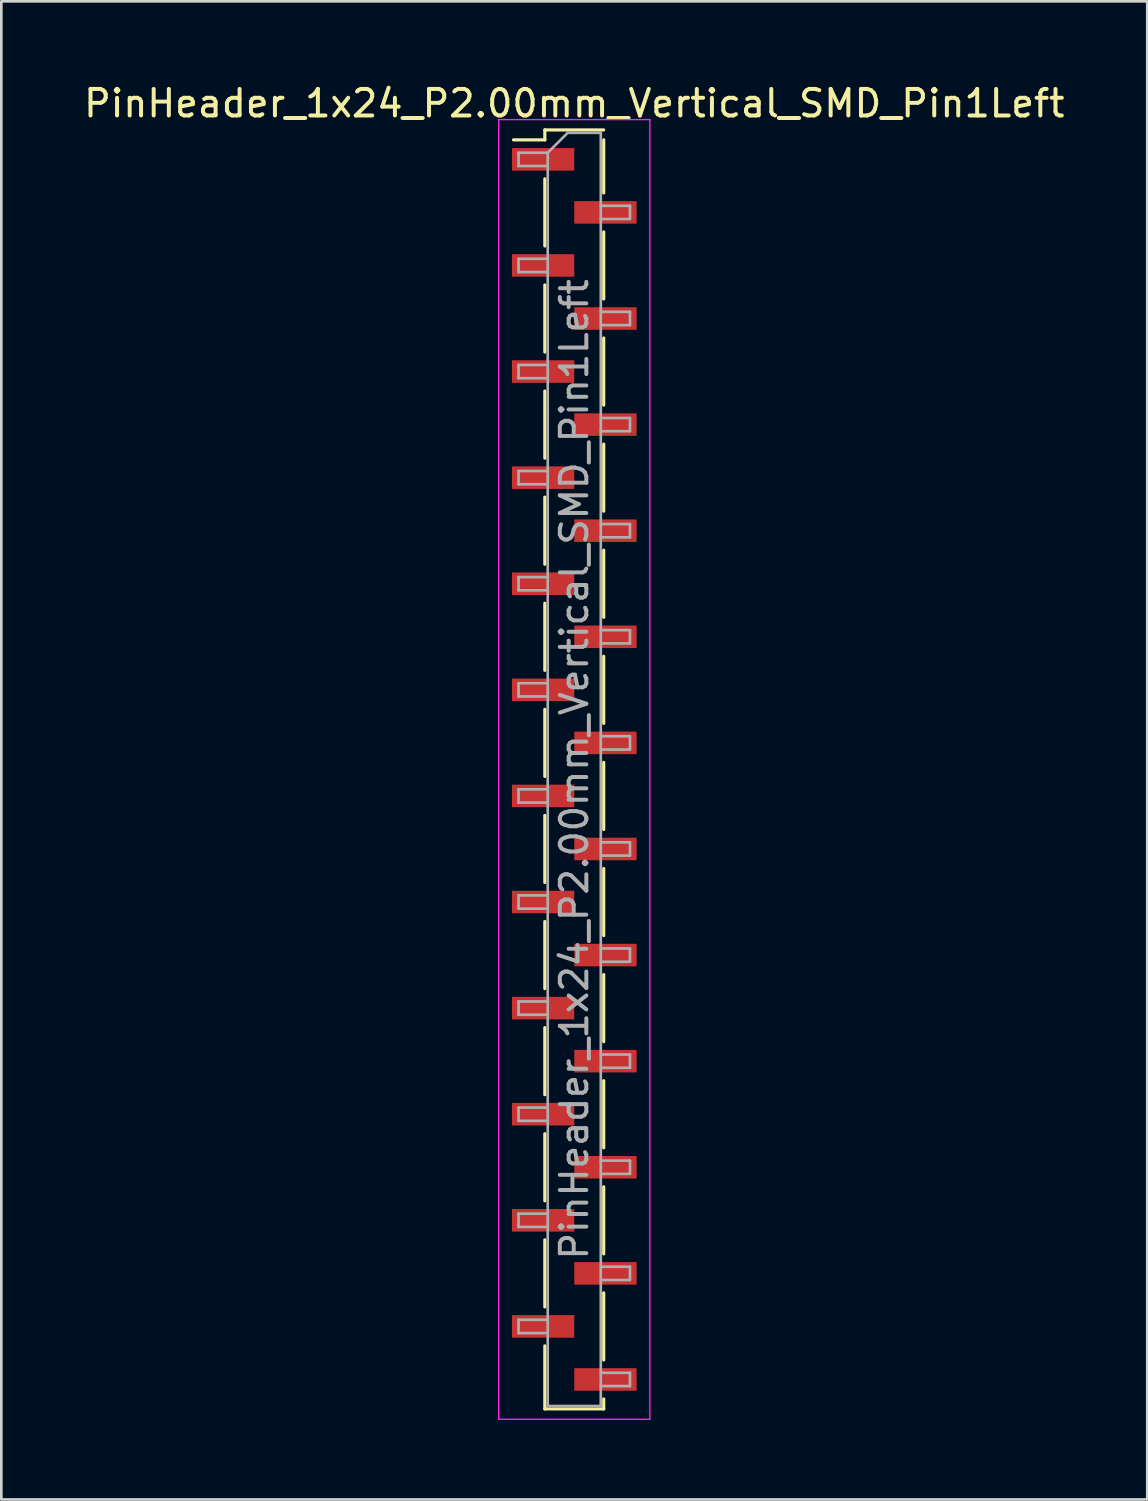
<source format=kicad_pcb>
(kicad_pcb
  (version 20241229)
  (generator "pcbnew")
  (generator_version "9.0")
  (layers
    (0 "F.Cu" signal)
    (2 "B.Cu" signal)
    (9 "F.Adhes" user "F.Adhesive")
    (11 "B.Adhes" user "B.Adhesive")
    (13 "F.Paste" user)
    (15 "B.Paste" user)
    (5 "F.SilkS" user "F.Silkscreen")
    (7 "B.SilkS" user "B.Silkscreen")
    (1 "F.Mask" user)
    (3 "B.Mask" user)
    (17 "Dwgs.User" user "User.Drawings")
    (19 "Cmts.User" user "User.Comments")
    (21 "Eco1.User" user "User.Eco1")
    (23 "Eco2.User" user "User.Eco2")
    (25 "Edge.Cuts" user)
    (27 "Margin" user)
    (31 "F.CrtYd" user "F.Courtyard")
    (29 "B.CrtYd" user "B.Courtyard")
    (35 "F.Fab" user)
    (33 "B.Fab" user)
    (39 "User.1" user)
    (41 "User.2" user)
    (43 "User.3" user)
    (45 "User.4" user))
  (footprint "PinHeader_1x24_P2.00mm_Vertical_SMD_Pin1Left"
    (layer "F.Cu")
    (at 18.601 25.958)
    (property "Reference" "PinHeader_1x24_P2.00mm_Vertical_SMD_Pin1Left" (at 0 -25.11 0) (layer "F.SilkS") (effects (font (size 1 1) (thickness 0.15))))
    (attr smd)
    (fp_line (start -1.11 -24.11) (end -1.11 -23.735) (stroke (width 0.12) (type solid)) (layer "F.SilkS"))
    (fp_line (start -1.11 -24.11) (end 1.11 -24.11) (stroke (width 0.12) (type solid)) (layer "F.SilkS"))
    (fp_line (start -1.11 -23.735) (end -2.29 -23.735) (stroke (width 0.12) (type solid)) (layer "F.SilkS"))
    (fp_line (start -1.11 -22.265) (end -1.11 -19.735) (stroke (width 0.12) (type solid)) (layer "F.SilkS"))
    (fp_line (start -1.11 -18.265) (end -1.11 -15.735) (stroke (width 0.12) (type solid)) (layer "F.SilkS"))
    (fp_line (start -1.11 -14.265) (end -1.11 -11.735) (stroke (width 0.12) (type solid)) (layer "F.SilkS"))
    (fp_line (start -1.11 -10.265) (end -1.11 -7.735) (stroke (width 0.12) (type solid)) (layer "F.SilkS"))
    (fp_line (start -1.11 -6.265) (end -1.11 -3.735) (stroke (width 0.12) (type solid)) (layer "F.SilkS"))
    (fp_line (start -1.11 -2.265) (end -1.11 0.265) (stroke (width 0.12) (type solid)) (layer "F.SilkS"))
    (fp_line (start -1.11 1.735) (end -1.11 4.265) (stroke (width 0.12) (type solid)) (layer "F.SilkS"))
    (fp_line (start -1.11 5.735) (end -1.11 8.265) (stroke (width 0.12) (type solid)) (layer "F.SilkS"))
    (fp_line (start -1.11 9.735) (end -1.11 12.265) (stroke (width 0.12) (type solid)) (layer "F.SilkS"))
    (fp_line (start -1.11 13.735) (end -1.11 16.265) (stroke (width 0.12) (type solid)) (layer "F.SilkS"))
    (fp_line (start -1.11 17.735) (end -1.11 20.265) (stroke (width 0.12) (type solid)) (layer "F.SilkS"))
    (fp_line (start -1.11 21.735) (end -1.11 24.11) (stroke (width 0.12) (type solid)) (layer "F.SilkS"))
    (fp_line (start -1.11 24.11) (end 1.11 24.11) (stroke (width 0.12) (type solid)) (layer "F.SilkS"))
    (fp_line (start 1.11 -23.735) (end 1.11 -21.735) (stroke (width 0.12) (type solid)) (layer "F.SilkS"))
    (fp_line (start 1.11 -20.265) (end 1.11 -17.735) (stroke (width 0.12) (type solid)) (layer "F.SilkS"))
    (fp_line (start 1.11 -16.265) (end 1.11 -13.735) (stroke (width 0.12) (type solid)) (layer "F.SilkS"))
    (fp_line (start 1.11 -12.265) (end 1.11 -9.735) (stroke (width 0.12) (type solid)) (layer "F.SilkS"))
    (fp_line (start 1.11 -8.265) (end 1.11 -5.735) (stroke (width 0.12) (type solid)) (layer "F.SilkS"))
    (fp_line (start 1.11 -4.265) (end 1.11 -1.735) (stroke (width 0.12) (type solid)) (layer "F.SilkS"))
    (fp_line (start 1.11 -0.265) (end 1.11 2.265) (stroke (width 0.12) (type solid)) (layer "F.SilkS"))
    (fp_line (start 1.11 3.735) (end 1.11 6.265) (stroke (width 0.12) (type solid)) (layer "F.SilkS"))
    (fp_line (start 1.11 7.735) (end 1.11 10.265) (stroke (width 0.12) (type solid)) (layer "F.SilkS"))
    (fp_line (start 1.11 11.735) (end 1.11 14.265) (stroke (width 0.12) (type solid)) (layer "F.SilkS"))
    (fp_line (start 1.11 15.735) (end 1.11 18.265) (stroke (width 0.12) (type solid)) (layer "F.SilkS"))
    (fp_line (start 1.11 19.735) (end 1.11 22.265) (stroke (width 0.12) (type solid)) (layer "F.SilkS"))
    (fp_line (start 1.11 23.735) (end 1.11 24.11) (stroke (width 0.12) (type solid)) (layer "F.SilkS"))
    (fp_line (start -2.85 -24.5) (end -2.85 24.5) (stroke (width 0.05) (type solid)) (layer "F.CrtYd"))
    (fp_line (start -2.85 24.5) (end 2.85 24.5) (stroke (width 0.05) (type solid)) (layer "F.CrtYd"))
    (fp_line (start 2.85 -24.5) (end -2.85 -24.5) (stroke (width 0.05) (type solid)) (layer "F.CrtYd"))
    (fp_line (start 2.85 24.5) (end 2.85 -24.5) (stroke (width 0.05) (type solid)) (layer "F.CrtYd"))
    (fp_line (start -2.1 -23.25) (end -2.1 -22.75) (stroke (width 0.1) (type solid)) (layer "F.Fab"))
    (fp_line (start -2.1 -22.75) (end -1 -22.75) (stroke (width 0.1) (type solid)) (layer "F.Fab"))
    (fp_line (start -2.1 -19.25) (end -2.1 -18.75) (stroke (width 0.1) (type solid)) (layer "F.Fab"))
    (fp_line (start -2.1 -18.75) (end -1 -18.75) (stroke (width 0.1) (type solid)) (layer "F.Fab"))
    (fp_line (start -2.1 -15.25) (end -2.1 -14.75) (stroke (width 0.1) (type solid)) (layer "F.Fab"))
    (fp_line (start -2.1 -14.75) (end -1 -14.75) (stroke (width 0.1) (type solid)) (layer "F.Fab"))
    (fp_line (start -2.1 -11.25) (end -2.1 -10.75) (stroke (width 0.1) (type solid)) (layer "F.Fab"))
    (fp_line (start -2.1 -10.75) (end -1 -10.75) (stroke (width 0.1) (type solid)) (layer "F.Fab"))
    (fp_line (start -2.1 -7.25) (end -2.1 -6.75) (stroke (width 0.1) (type solid)) (layer "F.Fab"))
    (fp_line (start -2.1 -6.75) (end -1 -6.75) (stroke (width 0.1) (type solid)) (layer "F.Fab"))
    (fp_line (start -2.1 -3.25) (end -2.1 -2.75) (stroke (width 0.1) (type solid)) (layer "F.Fab"))
    (fp_line (start -2.1 -2.75) (end -1 -2.75) (stroke (width 0.1) (type solid)) (layer "F.Fab"))
    (fp_line (start -2.1 0.75) (end -2.1 1.25) (stroke (width 0.1) (type solid)) (layer "F.Fab"))
    (fp_line (start -2.1 1.25) (end -1 1.25) (stroke (width 0.1) (type solid)) (layer "F.Fab"))
    (fp_line (start -2.1 4.75) (end -2.1 5.25) (stroke (width 0.1) (type solid)) (layer "F.Fab"))
    (fp_line (start -2.1 5.25) (end -1 5.25) (stroke (width 0.1) (type solid)) (layer "F.Fab"))
    (fp_line (start -2.1 8.75) (end -2.1 9.25) (stroke (width 0.1) (type solid)) (layer "F.Fab"))
    (fp_line (start -2.1 9.25) (end -1 9.25) (stroke (width 0.1) (type solid)) (layer "F.Fab"))
    (fp_line (start -2.1 12.75) (end -2.1 13.25) (stroke (width 0.1) (type solid)) (layer "F.Fab"))
    (fp_line (start -2.1 13.25) (end -1 13.25) (stroke (width 0.1) (type solid)) (layer "F.Fab"))
    (fp_line (start -2.1 16.75) (end -2.1 17.25) (stroke (width 0.1) (type solid)) (layer "F.Fab"))
    (fp_line (start -2.1 17.25) (end -1 17.25) (stroke (width 0.1) (type solid)) (layer "F.Fab"))
    (fp_line (start -2.1 20.75) (end -2.1 21.25) (stroke (width 0.1) (type solid)) (layer "F.Fab"))
    (fp_line (start -2.1 21.25) (end -1 21.25) (stroke (width 0.1) (type solid)) (layer "F.Fab"))
    (fp_line (start -1 -23.25) (end -2.1 -23.25) (stroke (width 0.1) (type solid)) (layer "F.Fab"))
    (fp_line (start -1 -23.25) (end -0.25 -24) (stroke (width 0.1) (type solid)) (layer "F.Fab"))
    (fp_line (start -1 -19.25) (end -2.1 -19.25) (stroke (width 0.1) (type solid)) (layer "F.Fab"))
    (fp_line (start -1 -15.25) (end -2.1 -15.25) (stroke (width 0.1) (type solid)) (layer "F.Fab"))
    (fp_line (start -1 -11.25) (end -2.1 -11.25) (stroke (width 0.1) (type solid)) (layer "F.Fab"))
    (fp_line (start -1 -7.25) (end -2.1 -7.25) (stroke (width 0.1) (type solid)) (layer "F.Fab"))
    (fp_line (start -1 -3.25) (end -2.1 -3.25) (stroke (width 0.1) (type solid)) (layer "F.Fab"))
    (fp_line (start -1 0.75) (end -2.1 0.75) (stroke (width 0.1) (type solid)) (layer "F.Fab"))
    (fp_line (start -1 4.75) (end -2.1 4.75) (stroke (width 0.1) (type solid)) (layer "F.Fab"))
    (fp_line (start -1 8.75) (end -2.1 8.75) (stroke (width 0.1) (type solid)) (layer "F.Fab"))
    (fp_line (start -1 12.75) (end -2.1 12.75) (stroke (width 0.1) (type solid)) (layer "F.Fab"))
    (fp_line (start -1 16.75) (end -2.1 16.75) (stroke (width 0.1) (type solid)) (layer "F.Fab"))
    (fp_line (start -1 20.75) (end -2.1 20.75) (stroke (width 0.1) (type solid)) (layer "F.Fab"))
    (fp_line (start -1 24) (end -1 -23.25) (stroke (width 0.1) (type solid)) (layer "F.Fab"))
    (fp_line (start -0.25 -24) (end 1 -24) (stroke (width 0.1) (type solid)) (layer "F.Fab"))
    (fp_line (start 1 -24) (end 1 24) (stroke (width 0.1) (type solid)) (layer "F.Fab"))
    (fp_line (start 1 -21.25) (end 2.1 -21.25) (stroke (width 0.1) (type solid)) (layer "F.Fab"))
    (fp_line (start 1 -17.25) (end 2.1 -17.25) (stroke (width 0.1) (type solid)) (layer "F.Fab"))
    (fp_line (start 1 -13.25) (end 2.1 -13.25) (stroke (width 0.1) (type solid)) (layer "F.Fab"))
    (fp_line (start 1 -9.25) (end 2.1 -9.25) (stroke (width 0.1) (type solid)) (layer "F.Fab"))
    (fp_line (start 1 -5.25) (end 2.1 -5.25) (stroke (width 0.1) (type solid)) (layer "F.Fab"))
    (fp_line (start 1 -1.25) (end 2.1 -1.25) (stroke (width 0.1) (type solid)) (layer "F.Fab"))
    (fp_line (start 1 2.75) (end 2.1 2.75) (stroke (width 0.1) (type solid)) (layer "F.Fab"))
    (fp_line (start 1 6.75) (end 2.1 6.75) (stroke (width 0.1) (type solid)) (layer "F.Fab"))
    (fp_line (start 1 10.75) (end 2.1 10.75) (stroke (width 0.1) (type solid)) (layer "F.Fab"))
    (fp_line (start 1 14.75) (end 2.1 14.75) (stroke (width 0.1) (type solid)) (layer "F.Fab"))
    (fp_line (start 1 18.75) (end 2.1 18.75) (stroke (width 0.1) (type solid)) (layer "F.Fab"))
    (fp_line (start 1 22.75) (end 2.1 22.75) (stroke (width 0.1) (type solid)) (layer "F.Fab"))
    (fp_line (start 1 24) (end -1 24) (stroke (width 0.1) (type solid)) (layer "F.Fab"))
    (fp_line (start 2.1 -21.25) (end 2.1 -20.75) (stroke (width 0.1) (type solid)) (layer "F.Fab"))
    (fp_line (start 2.1 -20.75) (end 1 -20.75) (stroke (width 0.1) (type solid)) (layer "F.Fab"))
    (fp_line (start 2.1 -17.25) (end 2.1 -16.75) (stroke (width 0.1) (type solid)) (layer "F.Fab"))
    (fp_line (start 2.1 -16.75) (end 1 -16.75) (stroke (width 0.1) (type solid)) (layer "F.Fab"))
    (fp_line (start 2.1 -13.25) (end 2.1 -12.75) (stroke (width 0.1) (type solid)) (layer "F.Fab"))
    (fp_line (start 2.1 -12.75) (end 1 -12.75) (stroke (width 0.1) (type solid)) (layer "F.Fab"))
    (fp_line (start 2.1 -9.25) (end 2.1 -8.75) (stroke (width 0.1) (type solid)) (layer "F.Fab"))
    (fp_line (start 2.1 -8.75) (end 1 -8.75) (stroke (width 0.1) (type solid)) (layer "F.Fab"))
    (fp_line (start 2.1 -5.25) (end 2.1 -4.75) (stroke (width 0.1) (type solid)) (layer "F.Fab"))
    (fp_line (start 2.1 -4.75) (end 1 -4.75) (stroke (width 0.1) (type solid)) (layer "F.Fab"))
    (fp_line (start 2.1 -1.25) (end 2.1 -0.75) (stroke (width 0.1) (type solid)) (layer "F.Fab"))
    (fp_line (start 2.1 -0.75) (end 1 -0.75) (stroke (width 0.1) (type solid)) (layer "F.Fab"))
    (fp_line (start 2.1 2.75) (end 2.1 3.25) (stroke (width 0.1) (type solid)) (layer "F.Fab"))
    (fp_line (start 2.1 3.25) (end 1 3.25) (stroke (width 0.1) (type solid)) (layer "F.Fab"))
    (fp_line (start 2.1 6.75) (end 2.1 7.25) (stroke (width 0.1) (type solid)) (layer "F.Fab"))
    (fp_line (start 2.1 7.25) (end 1 7.25) (stroke (width 0.1) (type solid)) (layer "F.Fab"))
    (fp_line (start 2.1 10.75) (end 2.1 11.25) (stroke (width 0.1) (type solid)) (layer "F.Fab"))
    (fp_line (start 2.1 11.25) (end 1 11.25) (stroke (width 0.1) (type solid)) (layer "F.Fab"))
    (fp_line (start 2.1 14.75) (end 2.1 15.25) (stroke (width 0.1) (type solid)) (layer "F.Fab"))
    (fp_line (start 2.1 15.25) (end 1 15.25) (stroke (width 0.1) (type solid)) (layer "F.Fab"))
    (fp_line (start 2.1 18.75) (end 2.1 19.25) (stroke (width 0.1) (type solid)) (layer "F.Fab"))
    (fp_line (start 2.1 19.25) (end 1 19.25) (stroke (width 0.1) (type solid)) (layer "F.Fab"))
    (fp_line (start 2.1 22.75) (end 2.1 23.25) (stroke (width 0.1) (type solid)) (layer "F.Fab"))
    (fp_line (start 2.1 23.25) (end 1 23.25) (stroke (width 0.1) (type solid)) (layer "F.Fab"))
    (fp_text user "${REFERENCE}" (at 0 0 90) (layer "F.Fab") (effects (font (size 1 1) (thickness 0.15))))
    (pad "1" smd rect (at -1.175 -23) (size 2.35 0.85) (layers "F.Cu" "F.Mask" "F.Paste"))
    (pad "2" smd rect (at 1.175 -21) (size 2.35 0.85) (layers "F.Cu" "F.Mask" "F.Paste"))
    (pad "3" smd rect (at -1.175 -19) (size 2.35 0.85) (layers "F.Cu" "F.Mask" "F.Paste"))
    (pad "4" smd rect (at 1.175 -17) (size 2.35 0.85) (layers "F.Cu" "F.Mask" "F.Paste"))
    (pad "5" smd rect (at -1.175 -15) (size 2.35 0.85) (layers "F.Cu" "F.Mask" "F.Paste"))
    (pad "6" smd rect (at 1.175 -13) (size 2.35 0.85) (layers "F.Cu" "F.Mask" "F.Paste"))
    (pad "7" smd rect (at -1.175 -11) (size 2.35 0.85) (layers "F.Cu" "F.Mask" "F.Paste"))
    (pad "8" smd rect (at 1.175 -9) (size 2.35 0.85) (layers "F.Cu" "F.Mask" "F.Paste"))
    (pad "9" smd rect (at -1.175 -7) (size 2.35 0.85) (layers "F.Cu" "F.Mask" "F.Paste"))
    (pad "10" smd rect (at 1.175 -5) (size 2.35 0.85) (layers "F.Cu" "F.Mask" "F.Paste"))
    (pad "11" smd rect (at -1.175 -3) (size 2.35 0.85) (layers "F.Cu" "F.Mask" "F.Paste"))
    (pad "12" smd rect (at 1.175 -1) (size 2.35 0.85) (layers "F.Cu" "F.Mask" "F.Paste"))
    (pad "13" smd rect (at -1.175 1) (size 2.35 0.85) (layers "F.Cu" "F.Mask" "F.Paste"))
    (pad "14" smd rect (at 1.175 3) (size 2.35 0.85) (layers "F.Cu" "F.Mask" "F.Paste"))
    (pad "15" smd rect (at -1.175 5) (size 2.35 0.85) (layers "F.Cu" "F.Mask" "F.Paste"))
    (pad "16" smd rect (at 1.175 7) (size 2.35 0.85) (layers "F.Cu" "F.Mask" "F.Paste"))
    (pad "17" smd rect (at -1.175 9) (size 2.35 0.85) (layers "F.Cu" "F.Mask" "F.Paste"))
    (pad "18" smd rect (at 1.175 11) (size 2.35 0.85) (layers "F.Cu" "F.Mask" "F.Paste"))
    (pad "19" smd rect (at -1.175 13) (size 2.35 0.85) (layers "F.Cu" "F.Mask" "F.Paste"))
    (pad "20" smd rect (at 1.175 15) (size 2.35 0.85) (layers "F.Cu" "F.Mask" "F.Paste"))
    (pad "21" smd rect (at -1.175 17) (size 2.35 0.85) (layers "F.Cu" "F.Mask" "F.Paste"))
    (pad "22" smd rect (at 1.175 19) (size 2.35 0.85) (layers "F.Cu" "F.Mask" "F.Paste"))
    (pad "23" smd rect (at -1.175 21) (size 2.35 0.85) (layers "F.Cu" "F.Mask" "F.Paste"))
    (pad "24" smd rect (at 1.175 23) (size 2.35 0.85) (layers "F.Cu" "F.Mask" "F.Paste")))
  (gr_rect
    (start -3 -3)
    (end 40.202 53.483)
    (stroke (width 0.1) (type default))
    (fill no)
    (layer "Edge.Cuts")))
</source>
